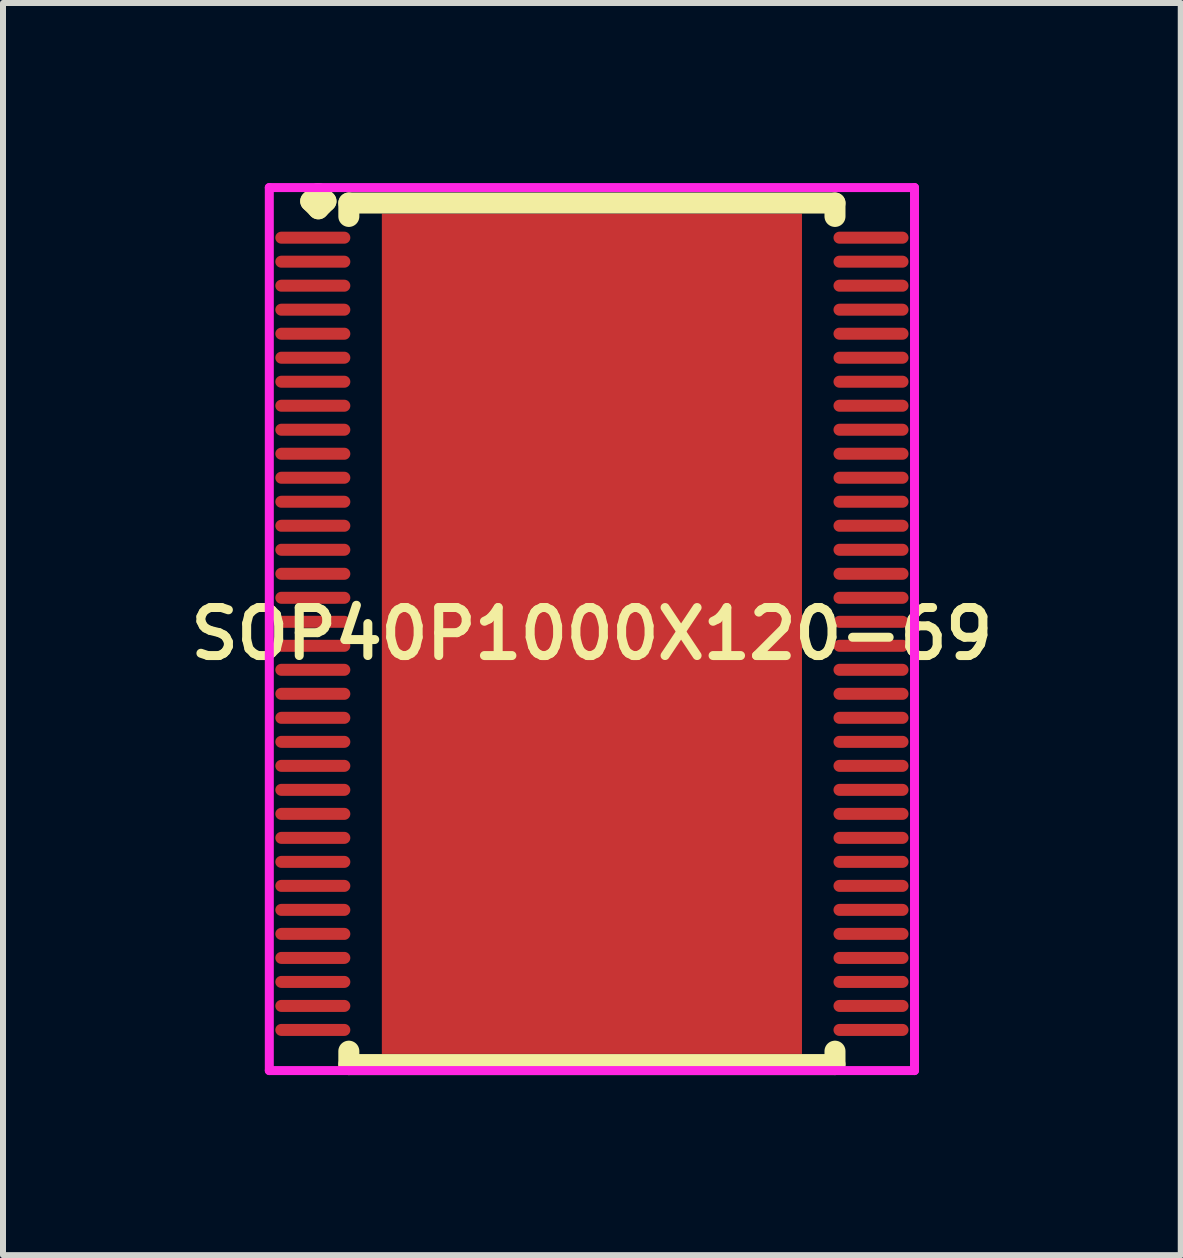
<source format=kicad_pcb>
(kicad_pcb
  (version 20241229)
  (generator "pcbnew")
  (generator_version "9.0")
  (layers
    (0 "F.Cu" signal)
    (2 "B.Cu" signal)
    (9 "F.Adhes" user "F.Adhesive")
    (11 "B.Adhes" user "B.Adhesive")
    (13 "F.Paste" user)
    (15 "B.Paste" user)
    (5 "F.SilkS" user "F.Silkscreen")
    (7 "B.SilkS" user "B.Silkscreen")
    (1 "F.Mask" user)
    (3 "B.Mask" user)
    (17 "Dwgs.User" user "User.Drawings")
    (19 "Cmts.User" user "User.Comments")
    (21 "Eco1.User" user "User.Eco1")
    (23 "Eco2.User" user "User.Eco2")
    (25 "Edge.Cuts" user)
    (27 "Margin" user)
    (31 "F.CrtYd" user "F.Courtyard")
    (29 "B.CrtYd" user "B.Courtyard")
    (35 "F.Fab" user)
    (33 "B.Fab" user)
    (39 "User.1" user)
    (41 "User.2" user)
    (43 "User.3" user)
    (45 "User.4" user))
  (footprint "SOP40P1000X120-69"
    (layer "F.Cu")
    (at 6.812 7.51)
    (property "Reference" "SOP40P1000X120-69" (at 0 0 0) (layer "F.SilkS") (effects (font (size 0.8 0.8) (thickness 0.15))))
    (attr smd)
    (fp_line (start -4.685 -7.208) (end -4.558 -7.335) (stroke (width 0.35) (type solid)) (layer "F.SilkS"))
    (fp_line (start -4.558 -7.335) (end -4.431 -7.208) (stroke (width 0.35) (type solid)) (layer "F.SilkS"))
    (fp_line (start -4.558 -7.081) (end -4.685 -7.208) (stroke (width 0.35) (type solid)) (layer "F.SilkS"))
    (fp_line (start -4.431 -7.208) (end -4.558 -7.081) (stroke (width 0.35) (type solid)) (layer "F.SilkS"))
    (fp_line (start -4.05 -7.177) (end 4.05 -7.177) (stroke (width 0.35) (type solid)) (layer "F.SilkS"))
    (fp_line (start -4.05 -6.954) (end -4.05 -7.177) (stroke (width 0.35) (type solid)) (layer "F.SilkS"))
    (fp_line (start -4.05 6.954) (end -4.05 7.177) (stroke (width 0.35) (type solid)) (layer "F.SilkS"))
    (fp_line (start -4.05 7.177) (end 4.05 7.177) (stroke (width 0.35) (type solid)) (layer "F.SilkS"))
    (fp_line (start 4.05 -7.177) (end 4.05 -6.954) (stroke (width 0.35) (type solid)) (layer "F.SilkS"))
    (fp_line (start 4.05 7.177) (end 4.05 6.954) (stroke (width 0.35) (type solid)) (layer "F.SilkS"))
    (fp_line (start -5.375 -7.435) (end 5.375 -7.435) (stroke (width 0.15) (type solid)) (layer "F.CrtYd"))
    (fp_line (start -5.375 7.277) (end -5.375 -7.435) (stroke (width 0.15) (type solid)) (layer "F.CrtYd"))
    (fp_line (start 5.375 -7.435) (end 5.375 7.277) (stroke (width 0.15) (type solid)) (layer "F.CrtYd"))
    (fp_line (start 5.375 7.277) (end -5.375 7.277) (stroke (width 0.15) (type solid)) (layer "F.CrtYd"))
    (pad "1" smd oval (at -4.65 -6.6) (size 1.25 0.2) (layers "F.Cu" "F.Mask" "F.Paste"))
    (pad "2" smd oval (at -4.65 -6.2) (size 1.25 0.2) (layers "F.Cu" "F.Mask" "F.Paste"))
    (pad "3" smd oval (at -4.65 -5.8) (size 1.25 0.2) (layers "F.Cu" "F.Mask" "F.Paste"))
    (pad "4" smd oval (at -4.65 -5.4) (size 1.25 0.2) (layers "F.Cu" "F.Mask" "F.Paste"))
    (pad "5" smd oval (at -4.65 -5) (size 1.25 0.2) (layers "F.Cu" "F.Mask" "F.Paste"))
    (pad "6" smd oval (at -4.65 -4.6) (size 1.25 0.2) (layers "F.Cu" "F.Mask" "F.Paste"))
    (pad "7" smd oval (at -4.65 -4.2) (size 1.25 0.2) (layers "F.Cu" "F.Mask" "F.Paste"))
    (pad "8" smd oval (at -4.65 -3.8) (size 1.25 0.2) (layers "F.Cu" "F.Mask" "F.Paste"))
    (pad "9" smd oval (at -4.65 -3.4) (size 1.25 0.2) (layers "F.Cu" "F.Mask" "F.Paste"))
    (pad "10" smd oval (at -4.65 -3) (size 1.25 0.2) (layers "F.Cu" "F.Mask" "F.Paste"))
    (pad "11" smd oval (at -4.65 -2.6) (size 1.25 0.2) (layers "F.Cu" "F.Mask" "F.Paste"))
    (pad "12" smd oval (at -4.65 -2.2) (size 1.25 0.2) (layers "F.Cu" "F.Mask" "F.Paste"))
    (pad "13" smd oval (at -4.65 -1.8) (size 1.25 0.2) (layers "F.Cu" "F.Mask" "F.Paste"))
    (pad "14" smd oval (at -4.65 -1.4) (size 1.25 0.2) (layers "F.Cu" "F.Mask" "F.Paste"))
    (pad "15" smd oval (at -4.65 -1) (size 1.25 0.2) (layers "F.Cu" "F.Mask" "F.Paste"))
    (pad "16" smd oval (at -4.65 -0.6) (size 1.25 0.2) (layers "F.Cu" "F.Mask" "F.Paste"))
    (pad "17" smd oval (at -4.65 -0.2) (size 1.25 0.2) (layers "F.Cu" "F.Mask" "F.Paste"))
    (pad "18" smd oval (at -4.65 0.2) (size 1.25 0.2) (layers "F.Cu" "F.Mask" "F.Paste"))
    (pad "19" smd oval (at -4.65 0.6) (size 1.25 0.2) (layers "F.Cu" "F.Mask" "F.Paste"))
    (pad "20" smd oval (at -4.65 1) (size 1.25 0.2) (layers "F.Cu" "F.Mask" "F.Paste"))
    (pad "21" smd oval (at -4.65 1.4) (size 1.25 0.2) (layers "F.Cu" "F.Mask" "F.Paste"))
    (pad "22" smd oval (at -4.65 1.8) (size 1.25 0.2) (layers "F.Cu" "F.Mask" "F.Paste"))
    (pad "23" smd oval (at -4.65 2.2) (size 1.25 0.2) (layers "F.Cu" "F.Mask" "F.Paste"))
    (pad "24" smd oval (at -4.65 2.6) (size 1.25 0.2) (layers "F.Cu" "F.Mask" "F.Paste"))
    (pad "25" smd oval (at -4.65 3) (size 1.25 0.2) (layers "F.Cu" "F.Mask" "F.Paste"))
    (pad "26" smd oval (at -4.65 3.4) (size 1.25 0.2) (layers "F.Cu" "F.Mask" "F.Paste"))
    (pad "27" smd oval (at -4.65 3.8) (size 1.25 0.2) (layers "F.Cu" "F.Mask" "F.Paste"))
    (pad "28" smd oval (at -4.65 4.2) (size 1.25 0.2) (layers "F.Cu" "F.Mask" "F.Paste"))
    (pad "29" smd oval (at -4.65 4.6) (size 1.25 0.2) (layers "F.Cu" "F.Mask" "F.Paste"))
    (pad "30" smd oval (at -4.65 5) (size 1.25 0.2) (layers "F.Cu" "F.Mask" "F.Paste"))
    (pad "31" smd oval (at -4.65 5.4) (size 1.25 0.2) (layers "F.Cu" "F.Mask" "F.Paste"))
    (pad "32" smd oval (at -4.65 5.8) (size 1.25 0.2) (layers "F.Cu" "F.Mask" "F.Paste"))
    (pad "33" smd oval (at -4.65 6.2) (size 1.25 0.2) (layers "F.Cu" "F.Mask" "F.Paste"))
    (pad "34" smd oval (at -4.65 6.6) (size 1.25 0.2) (layers "F.Cu" "F.Mask" "F.Paste"))
    (pad "35" smd oval (at 4.65 6.6) (size 1.25 0.2) (layers "F.Cu" "F.Mask" "F.Paste"))
    (pad "36" smd oval (at 4.65 6.2) (size 1.25 0.2) (layers "F.Cu" "F.Mask" "F.Paste"))
    (pad "37" smd oval (at 4.65 5.8) (size 1.25 0.2) (layers "F.Cu" "F.Mask" "F.Paste"))
    (pad "38" smd oval (at 4.65 5.4) (size 1.25 0.2) (layers "F.Cu" "F.Mask" "F.Paste"))
    (pad "39" smd oval (at 4.65 5) (size 1.25 0.2) (layers "F.Cu" "F.Mask" "F.Paste"))
    (pad "40" smd oval (at 4.65 4.6) (size 1.25 0.2) (layers "F.Cu" "F.Mask" "F.Paste"))
    (pad "41" smd oval (at 4.65 4.2) (size 1.25 0.2) (layers "F.Cu" "F.Mask" "F.Paste"))
    (pad "42" smd oval (at 4.65 3.8) (size 1.25 0.2) (layers "F.Cu" "F.Mask" "F.Paste"))
    (pad "43" smd oval (at 4.65 3.4) (size 1.25 0.2) (layers "F.Cu" "F.Mask" "F.Paste"))
    (pad "44" smd oval (at 4.65 3) (size 1.25 0.2) (layers "F.Cu" "F.Mask" "F.Paste"))
    (pad "45" smd oval (at 4.65 2.6) (size 1.25 0.2) (layers "F.Cu" "F.Mask" "F.Paste"))
    (pad "46" smd oval (at 4.65 2.2) (size 1.25 0.2) (layers "F.Cu" "F.Mask" "F.Paste"))
    (pad "47" smd oval (at 4.65 1.8) (size 1.25 0.2) (layers "F.Cu" "F.Mask" "F.Paste"))
    (pad "48" smd oval (at 4.65 1.4) (size 1.25 0.2) (layers "F.Cu" "F.Mask" "F.Paste"))
    (pad "49" smd oval (at 4.65 1) (size 1.25 0.2) (layers "F.Cu" "F.Mask" "F.Paste"))
    (pad "50" smd oval (at 4.65 0.6) (size 1.25 0.2) (layers "F.Cu" "F.Mask" "F.Paste"))
    (pad "51" smd oval (at 4.65 0.2) (size 1.25 0.2) (layers "F.Cu" "F.Mask" "F.Paste"))
    (pad "52" smd oval (at 4.65 -0.2) (size 1.25 0.2) (layers "F.Cu" "F.Mask" "F.Paste"))
    (pad "53" smd oval (at 4.65 -0.6) (size 1.25 0.2) (layers "F.Cu" "F.Mask" "F.Paste"))
    (pad "54" smd oval (at 4.65 -1) (size 1.25 0.2) (layers "F.Cu" "F.Mask" "F.Paste"))
    (pad "55" smd oval (at 4.65 -1.4) (size 1.25 0.2) (layers "F.Cu" "F.Mask" "F.Paste"))
    (pad "56" smd oval (at 4.65 -1.8) (size 1.25 0.2) (layers "F.Cu" "F.Mask" "F.Paste"))
    (pad "57" smd oval (at 4.65 -2.2) (size 1.25 0.2) (layers "F.Cu" "F.Mask" "F.Paste"))
    (pad "58" smd oval (at 4.65 -2.6) (size 1.25 0.2) (layers "F.Cu" "F.Mask" "F.Paste"))
    (pad "59" smd oval (at 4.65 -3) (size 1.25 0.2) (layers "F.Cu" "F.Mask" "F.Paste"))
    (pad "60" smd oval (at 4.65 -3.4) (size 1.25 0.2) (layers "F.Cu" "F.Mask" "F.Paste"))
    (pad "61" smd oval (at 4.65 -3.8) (size 1.25 0.2) (layers "F.Cu" "F.Mask" "F.Paste"))
    (pad "62" smd oval (at 4.65 -4.2) (size 1.25 0.2) (layers "F.Cu" "F.Mask" "F.Paste"))
    (pad "63" smd oval (at 4.65 -4.6) (size 1.25 0.2) (layers "F.Cu" "F.Mask" "F.Paste"))
    (pad "64" smd oval (at 4.65 -5) (size 1.25 0.2) (layers "F.Cu" "F.Mask" "F.Paste"))
    (pad "65" smd oval (at 4.65 -5.4) (size 1.25 0.2) (layers "F.Cu" "F.Mask" "F.Paste"))
    (pad "66" smd oval (at 4.65 -5.8) (size 1.25 0.2) (layers "F.Cu" "F.Mask" "F.Paste"))
    (pad "67" smd oval (at 4.65 -6.2) (size 1.25 0.2) (layers "F.Cu" "F.Mask" "F.Paste"))
    (pad "68" smd oval (at 4.65 -6.6) (size 1.25 0.2) (layers "F.Cu" "F.Mask" "F.Paste"))
    (pad "69" smd rect (at 0 0) (size 7 14) (layers "F.Cu" "F.Mask" "F.Paste")))
  (gr_rect
    (start -3 -3)
    (end 16.623 17.862)
    (stroke (width 0.1) (type default))
    (fill no)
    (layer "Edge.Cuts")))
</source>
